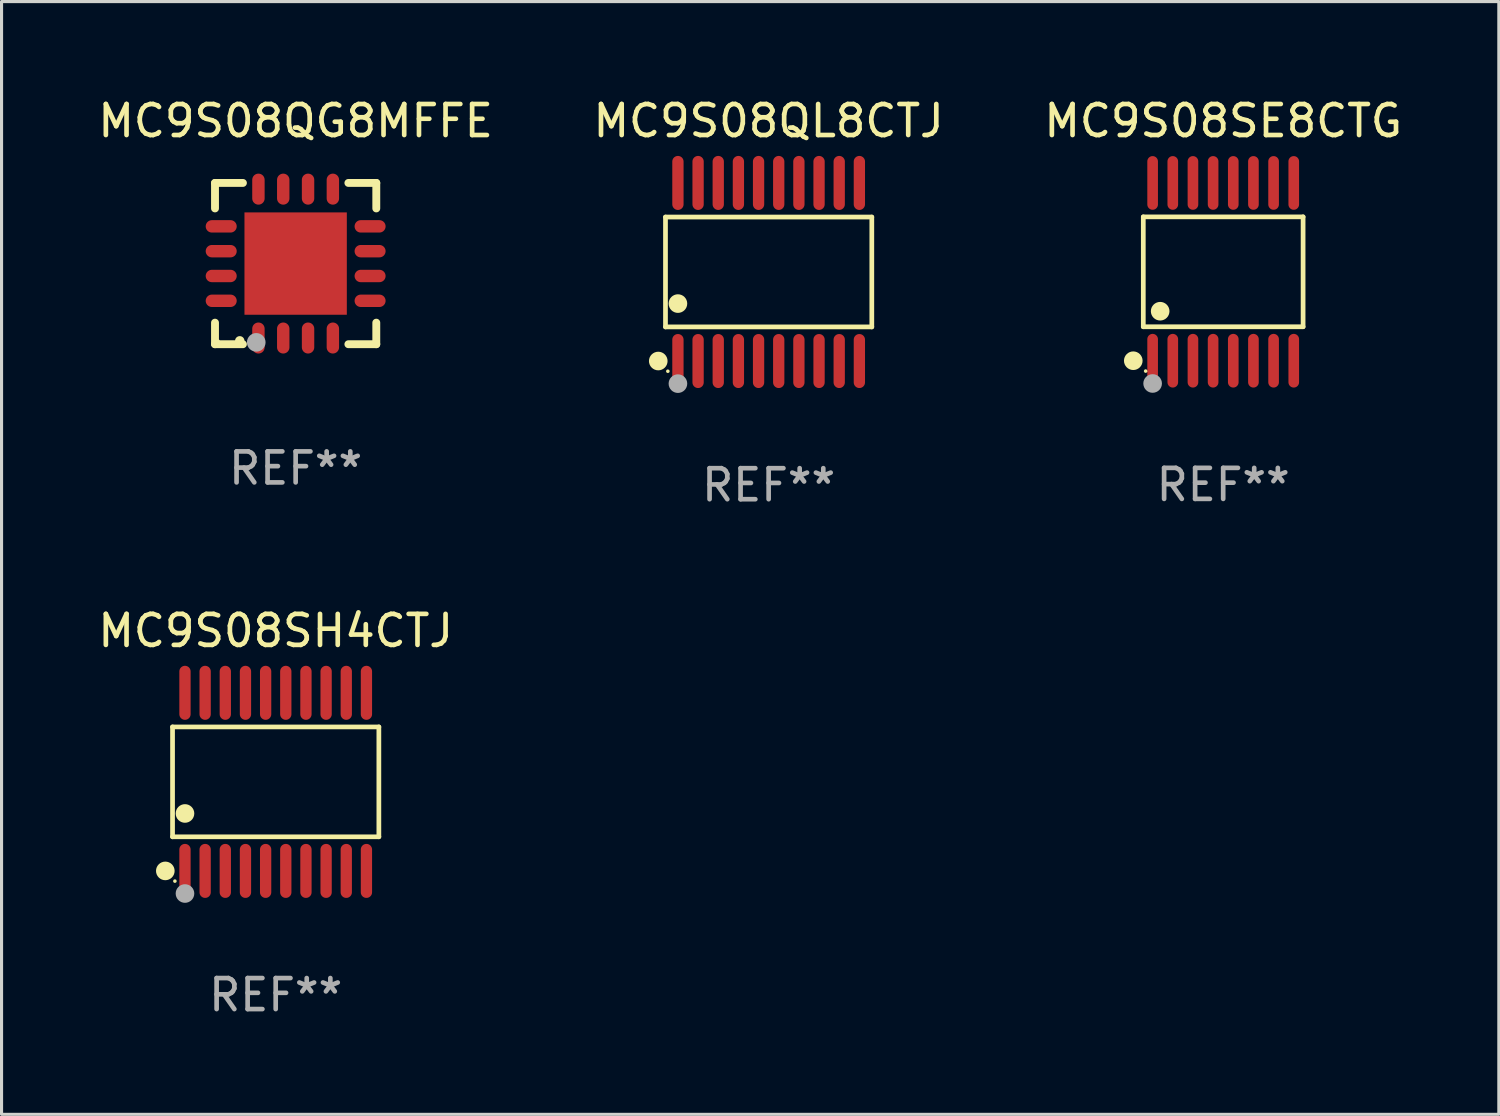
<source format=kicad_pcb>
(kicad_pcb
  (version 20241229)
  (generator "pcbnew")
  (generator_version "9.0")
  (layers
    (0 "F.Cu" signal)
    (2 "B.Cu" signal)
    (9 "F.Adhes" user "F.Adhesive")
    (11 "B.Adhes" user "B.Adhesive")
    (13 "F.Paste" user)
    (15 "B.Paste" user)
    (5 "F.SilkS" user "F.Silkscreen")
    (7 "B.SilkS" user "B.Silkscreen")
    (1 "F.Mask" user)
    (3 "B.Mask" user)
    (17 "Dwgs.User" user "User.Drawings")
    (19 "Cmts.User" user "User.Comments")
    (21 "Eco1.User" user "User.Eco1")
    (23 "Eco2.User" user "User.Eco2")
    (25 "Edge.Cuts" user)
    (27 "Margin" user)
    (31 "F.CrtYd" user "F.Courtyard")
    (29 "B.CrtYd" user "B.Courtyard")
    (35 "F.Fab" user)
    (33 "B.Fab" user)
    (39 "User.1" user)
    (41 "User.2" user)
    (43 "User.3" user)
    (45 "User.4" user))
  (footprint "MC9S08QL8CTJ"
    (layer "F.Cu")
    (at 21.732 5.719)
    (property "Reference" "MC9S08QL8CTJ" (at 0 -4.871 0) (layer "F.SilkS") (effects (font (size 1 1) (thickness 0.15))))
    (attr through_hole)
    (fp_line (start -3.326 -1.771) (end 3.326 -1.771) (stroke (width 0.152) (type solid)) (layer "F.SilkS"))
    (fp_line (start -3.326 1.771) (end -3.326 -1.771) (stroke (width 0.152) (type solid)) (layer "F.SilkS"))
    (fp_line (start 3.326 -1.771) (end 3.326 1.771) (stroke (width 0.152) (type solid)) (layer "F.SilkS"))
    (fp_line (start 3.326 1.771) (end -3.326 1.771) (stroke (width 0.152) (type solid)) (layer "F.SilkS"))
    (fp_circle (center -3.559 2.871) (end -3.409 2.871) (stroke (width 0.3) (type solid)) (fill no) (layer "F.SilkS"))
    (fp_circle (center -3.25 3.2) (end -3.22 3.2) (stroke (width 0.06) (type solid)) (fill no) (layer "F.SilkS"))
    (fp_circle (center -2.925 1.019) (end -2.775 1.019) (stroke (width 0.3) (type solid)) (fill no) (layer "F.SilkS"))
    (fp_circle (center -2.925 3.6) (end -2.775 3.6) (stroke (width 0.3) (type solid)) (fill no) (layer "F.Fab"))
    (fp_text user "REF**" (at 0 6.871 0) (layer "F.Fab") (effects (font (size 1 1) (thickness 0.15))))
    (pad "1" smd oval (at -2.925 2.871) (size 0.364 1.742) (layers "F.Cu" "F.Mask" "F.Paste"))
    (pad "2" smd oval (at -2.275 2.871) (size 0.364 1.742) (layers "F.Cu" "F.Mask" "F.Paste"))
    (pad "3" smd oval (at -1.625 2.871) (size 0.364 1.742) (layers "F.Cu" "F.Mask" "F.Paste"))
    (pad "4" smd oval (at -0.975 2.871) (size 0.364 1.742) (layers "F.Cu" "F.Mask" "F.Paste"))
    (pad "5" smd oval (at -0.325 2.871) (size 0.364 1.742) (layers "F.Cu" "F.Mask" "F.Paste"))
    (pad "6" smd oval (at 0.325 2.871) (size 0.364 1.742) (layers "F.Cu" "F.Mask" "F.Paste"))
    (pad "7" smd oval (at 0.975 2.871) (size 0.364 1.742) (layers "F.Cu" "F.Mask" "F.Paste"))
    (pad "8" smd oval (at 1.625 2.871) (size 0.364 1.742) (layers "F.Cu" "F.Mask" "F.Paste"))
    (pad "9" smd oval (at 2.275 2.871) (size 0.364 1.742) (layers "F.Cu" "F.Mask" "F.Paste"))
    (pad "10" smd oval (at 2.925 2.871) (size 0.364 1.742) (layers "F.Cu" "F.Mask" "F.Paste"))
    (pad "11" smd oval (at 2.925 -2.871) (size 0.364 1.742) (layers "F.Cu" "F.Mask" "F.Paste"))
    (pad "12" smd oval (at 2.275 -2.871) (size 0.364 1.742) (layers "F.Cu" "F.Mask" "F.Paste"))
    (pad "13" smd oval (at 1.625 -2.871) (size 0.364 1.742) (layers "F.Cu" "F.Mask" "F.Paste"))
    (pad "14" smd oval (at 0.975 -2.871) (size 0.364 1.742) (layers "F.Cu" "F.Mask" "F.Paste"))
    (pad "15" smd oval (at 0.325 -2.871) (size 0.364 1.742) (layers "F.Cu" "F.Mask" "F.Paste"))
    (pad "16" smd oval (at -0.325 -2.871) (size 0.364 1.742) (layers "F.Cu" "F.Mask" "F.Paste"))
    (pad "17" smd oval (at -0.975 -2.871) (size 0.364 1.742) (layers "F.Cu" "F.Mask" "F.Paste"))
    (pad "18" smd oval (at -1.625 -2.871) (size 0.364 1.742) (layers "F.Cu" "F.Mask" "F.Paste"))
    (pad "19" smd oval (at -2.275 -2.871) (size 0.364 1.742) (layers "F.Cu" "F.Mask" "F.Paste"))
    (pad "20" smd oval (at -2.925 -2.871) (size 0.364 1.742) (layers "F.Cu" "F.Mask" "F.Paste")))
  (footprint "MC9S08SE8CTG"
    (layer "F.Cu")
    (at 36.387 5.714)
    (property "Reference" "MC9S08SE8CTG" (at 0 -4.866 0) (layer "F.SilkS") (effects (font (size 1 1) (thickness 0.15))))
    (attr through_hole)
    (fp_line (start -2.576 -1.772) (end 2.576 -1.772) (stroke (width 0.152) (type solid)) (layer "F.SilkS"))
    (fp_line (start -2.576 1.771) (end -2.576 -1.772) (stroke (width 0.152) (type solid)) (layer "F.SilkS"))
    (fp_line (start 2.576 -1.772) (end 2.576 1.771) (stroke (width 0.152) (type solid)) (layer "F.SilkS"))
    (fp_line (start 2.576 1.771) (end -2.576 1.771) (stroke (width 0.152) (type solid)) (layer "F.SilkS"))
    (fp_circle (center -2.899 2.866) (end -2.749 2.866) (stroke (width 0.3) (type solid)) (fill no) (layer "F.SilkS"))
    (fp_circle (center -2.5 3.2) (end -2.47 3.2) (stroke (width 0.06) (type solid)) (fill no) (layer "F.SilkS"))
    (fp_circle (center -2.032 1.27) (end -1.882 1.27) (stroke (width 0.3) (type solid)) (fill no) (layer "F.SilkS"))
    (fp_circle (center -2.275 3.6) (end -2.125 3.6) (stroke (width 0.3) (type solid)) (fill no) (layer "F.Fab"))
    (fp_text user "REF**" (at 0 6.866 0) (layer "F.Fab") (effects (font (size 1 1) (thickness 0.15))))
    (pad "1" smd oval (at -2.275 2.866) (size 0.343 1.731) (layers "F.Cu" "F.Mask" "F.Paste"))
    (pad "2" smd oval (at -1.625 2.866) (size 0.343 1.731) (layers "F.Cu" "F.Mask" "F.Paste"))
    (pad "3" smd oval (at -0.975 2.866) (size 0.343 1.731) (layers "F.Cu" "F.Mask" "F.Paste"))
    (pad "4" smd oval (at -0.325 2.866) (size 0.343 1.731) (layers "F.Cu" "F.Mask" "F.Paste"))
    (pad "5" smd oval (at 0.325 2.866) (size 0.343 1.731) (layers "F.Cu" "F.Mask" "F.Paste"))
    (pad "6" smd oval (at 0.975 2.866) (size 0.343 1.731) (layers "F.Cu" "F.Mask" "F.Paste"))
    (pad "7" smd oval (at 1.625 2.866) (size 0.343 1.731) (layers "F.Cu" "F.Mask" "F.Paste"))
    (pad "8" smd oval (at 2.275 2.866) (size 0.343 1.731) (layers "F.Cu" "F.Mask" "F.Paste"))
    (pad "9" smd oval (at 2.275 -2.866) (size 0.343 1.731) (layers "F.Cu" "F.Mask" "F.Paste"))
    (pad "10" smd oval (at 1.625 -2.866) (size 0.343 1.731) (layers "F.Cu" "F.Mask" "F.Paste"))
    (pad "11" smd oval (at 0.975 -2.866) (size 0.343 1.731) (layers "F.Cu" "F.Mask" "F.Paste"))
    (pad "12" smd oval (at 0.325 -2.866) (size 0.343 1.731) (layers "F.Cu" "F.Mask" "F.Paste"))
    (pad "13" smd oval (at -0.325 -2.866) (size 0.343 1.731) (layers "F.Cu" "F.Mask" "F.Paste"))
    (pad "14" smd oval (at -0.975 -2.866) (size 0.343 1.731) (layers "F.Cu" "F.Mask" "F.Paste"))
    (pad "15" smd oval (at -1.625 -2.866) (size 0.343 1.731) (layers "F.Cu" "F.Mask" "F.Paste"))
    (pad "16" smd oval (at -2.275 -2.866) (size 0.343 1.731) (layers "F.Cu" "F.Mask" "F.Paste")))
  (footprint "MC9S08SH4CTJ"
    (layer "F.Cu")
    (at 5.839 22.158)
    (property "Reference" "MC9S08SH4CTJ" (at 0 -4.871 0) (layer "F.SilkS") (effects (font (size 1 1) (thickness 0.15))))
    (attr through_hole)
    (fp_line (start -3.326 -1.771) (end 3.326 -1.771) (stroke (width 0.152) (type solid)) (layer "F.SilkS"))
    (fp_line (start -3.326 1.771) (end -3.326 -1.771) (stroke (width 0.152) (type solid)) (layer "F.SilkS"))
    (fp_line (start 3.326 -1.771) (end 3.326 1.771) (stroke (width 0.152) (type solid)) (layer "F.SilkS"))
    (fp_line (start 3.326 1.771) (end -3.326 1.771) (stroke (width 0.152) (type solid)) (layer "F.SilkS"))
    (fp_circle (center -3.559 2.871) (end -3.409 2.871) (stroke (width 0.3) (type solid)) (fill no) (layer "F.SilkS"))
    (fp_circle (center -3.25 3.2) (end -3.22 3.2) (stroke (width 0.06) (type solid)) (fill no) (layer "F.SilkS"))
    (fp_circle (center -2.925 1.019) (end -2.775 1.019) (stroke (width 0.3) (type solid)) (fill no) (layer "F.SilkS"))
    (fp_circle (center -2.925 3.6) (end -2.775 3.6) (stroke (width 0.3) (type solid)) (fill no) (layer "F.Fab"))
    (fp_text user "REF**" (at 0 6.871 0) (layer "F.Fab") (effects (font (size 1 1) (thickness 0.15))))
    (pad "1" smd oval (at -2.925 2.871) (size 0.364 1.742) (layers "F.Cu" "F.Mask" "F.Paste"))
    (pad "2" smd oval (at -2.275 2.871) (size 0.364 1.742) (layers "F.Cu" "F.Mask" "F.Paste"))
    (pad "3" smd oval (at -1.625 2.871) (size 0.364 1.742) (layers "F.Cu" "F.Mask" "F.Paste"))
    (pad "4" smd oval (at -0.975 2.871) (size 0.364 1.742) (layers "F.Cu" "F.Mask" "F.Paste"))
    (pad "5" smd oval (at -0.325 2.871) (size 0.364 1.742) (layers "F.Cu" "F.Mask" "F.Paste"))
    (pad "6" smd oval (at 0.325 2.871) (size 0.364 1.742) (layers "F.Cu" "F.Mask" "F.Paste"))
    (pad "7" smd oval (at 0.975 2.871) (size 0.364 1.742) (layers "F.Cu" "F.Mask" "F.Paste"))
    (pad "8" smd oval (at 1.625 2.871) (size 0.364 1.742) (layers "F.Cu" "F.Mask" "F.Paste"))
    (pad "9" smd oval (at 2.275 2.871) (size 0.364 1.742) (layers "F.Cu" "F.Mask" "F.Paste"))
    (pad "10" smd oval (at 2.925 2.871) (size 0.364 1.742) (layers "F.Cu" "F.Mask" "F.Paste"))
    (pad "11" smd oval (at 2.925 -2.871) (size 0.364 1.742) (layers "F.Cu" "F.Mask" "F.Paste"))
    (pad "12" smd oval (at 2.275 -2.871) (size 0.364 1.742) (layers "F.Cu" "F.Mask" "F.Paste"))
    (pad "13" smd oval (at 1.625 -2.871) (size 0.364 1.742) (layers "F.Cu" "F.Mask" "F.Paste"))
    (pad "14" smd oval (at 0.975 -2.871) (size 0.364 1.742) (layers "F.Cu" "F.Mask" "F.Paste"))
    (pad "15" smd oval (at 0.325 -2.871) (size 0.364 1.742) (layers "F.Cu" "F.Mask" "F.Paste"))
    (pad "16" smd oval (at -0.325 -2.871) (size 0.364 1.742) (layers "F.Cu" "F.Mask" "F.Paste"))
    (pad "17" smd oval (at -0.975 -2.871) (size 0.364 1.742) (layers "F.Cu" "F.Mask" "F.Paste"))
    (pad "18" smd oval (at -1.625 -2.871) (size 0.364 1.742) (layers "F.Cu" "F.Mask" "F.Paste"))
    (pad "19" smd oval (at -2.275 -2.871) (size 0.364 1.742) (layers "F.Cu" "F.Mask" "F.Paste"))
    (pad "20" smd oval (at -2.925 -2.871) (size 0.364 1.742) (layers "F.Cu" "F.Mask" "F.Paste")))
  (footprint "MC9S08QG8MFFE"
    (layer "F.Cu")
    (at 6.482 5.448)
    (property "Reference" "MC9S08QG8MFFE" (at 0 -4.6 0) (layer "F.SilkS") (effects (font (size 1 1) (thickness 0.15))))
    (attr through_hole)
    (fp_line (start -2.6 -2.6) (end -2.6 -1.778) (stroke (width 0.254) (type solid)) (layer "F.SilkS"))
    (fp_line (start -2.6 2.6) (end -2.6 1.905) (stroke (width 0.254) (type solid)) (layer "F.SilkS"))
    (fp_line (start -1.7 -2.6) (end -2.6 -2.6) (stroke (width 0.254) (type solid)) (layer "F.SilkS"))
    (fp_line (start -1.7 2.6) (end -2.6 2.6) (stroke (width 0.254) (type solid)) (layer "F.SilkS"))
    (fp_line (start 1.7 -2.6) (end 2.6 -2.6) (stroke (width 0.254) (type solid)) (layer "F.SilkS"))
    (fp_line (start 1.7 2.6) (end 2.6 2.6) (stroke (width 0.254) (type solid)) (layer "F.SilkS"))
    (fp_line (start 2.6 -2.6) (end 2.6 -1.778) (stroke (width 0.254) (type solid)) (layer "F.SilkS"))
    (fp_line (start 2.6 2.6) (end 2.6 1.905) (stroke (width 0.254) (type solid)) (layer "F.SilkS"))
    (fp_arc (start -1.803404 2.489205) (mid -1.802134 2.4892) (end -1.800864 2.489205) (stroke (width 0.3) (type solid)) (layer "F.SilkS"))
    (fp_circle (center -2.5 2.5) (end -2.47 2.5) (stroke (width 0.06) (type solid)) (fill no) (layer "F.SilkS"))
    (fp_circle (center -1.27 2.54) (end -1.12 2.54) (stroke (width 0.3) (type solid)) (fill no) (layer "F.Fab"))
    (fp_text user "REF**" (at 0 6.6 0) (layer "F.Fab") (effects (font (size 1 1) (thickness 0.15))))
    (pad "1" smd oval (at -1.2 2.4) (size 0.4 1) (layers "F.Cu" "F.Mask" "F.Paste"))
    (pad "2" smd oval (at -0.4 2.4) (size 0.4 1) (layers "F.Cu" "F.Mask" "F.Paste"))
    (pad "3" smd oval (at 0.4 2.4) (size 0.4 1) (layers "F.Cu" "F.Mask" "F.Paste"))
    (pad "4" smd oval (at 1.2 2.4) (size 0.4 1) (layers "F.Cu" "F.Mask" "F.Paste"))
    (pad "5" smd oval (at 2.4 1.2 90) (size 0.4 1) (layers "F.Cu" "F.Mask" "F.Paste"))
    (pad "6" smd oval (at 2.4 0.4 90) (size 0.4 1) (layers "F.Cu" "F.Mask" "F.Paste"))
    (pad "7" smd oval (at 2.4 -0.4 90) (size 0.4 1) (layers "F.Cu" "F.Mask" "F.Paste"))
    (pad "8" smd oval (at 2.4 -1.2 90) (size 0.4 1) (layers "F.Cu" "F.Mask" "F.Paste"))
    (pad "9" smd oval (at 1.2 -2.4) (size 0.4 1) (layers "F.Cu" "F.Mask" "F.Paste"))
    (pad "10" smd oval (at 0.4 -2.4) (size 0.4 1) (layers "F.Cu" "F.Mask" "F.Paste"))
    (pad "11" smd oval (at -0.4 -2.4) (size 0.4 1) (layers "F.Cu" "F.Mask" "F.Paste"))
    (pad "12" smd oval (at -1.2 -2.4) (size 0.4 1) (layers "F.Cu" "F.Mask" "F.Paste"))
    (pad "13" smd oval (at -2.4 -1.2 90) (size 0.4 1) (layers "F.Cu" "F.Mask" "F.Paste"))
    (pad "14" smd oval (at -2.4 -0.4 90) (size 0.4 1) (layers "F.Cu" "F.Mask" "F.Paste"))
    (pad "15" smd oval (at -2.4 0.4 90) (size 0.4 1) (layers "F.Cu" "F.Mask" "F.Paste"))
    (pad "16" smd oval (at -2.4 1.2 90) (size 0.4 1) (layers "F.Cu" "F.Mask" "F.Paste"))
    (pad "17" smd rect (at 0 0 90) (size 3.3 3.3) (layers "F.Cu" "F.Mask" "F.Paste")))
  (gr_rect
    (start -3 -3)
    (end 45.274 32.877)
    (stroke (width 0.1) (type default))
    (fill no)
    (layer "Edge.Cuts")))
</source>
